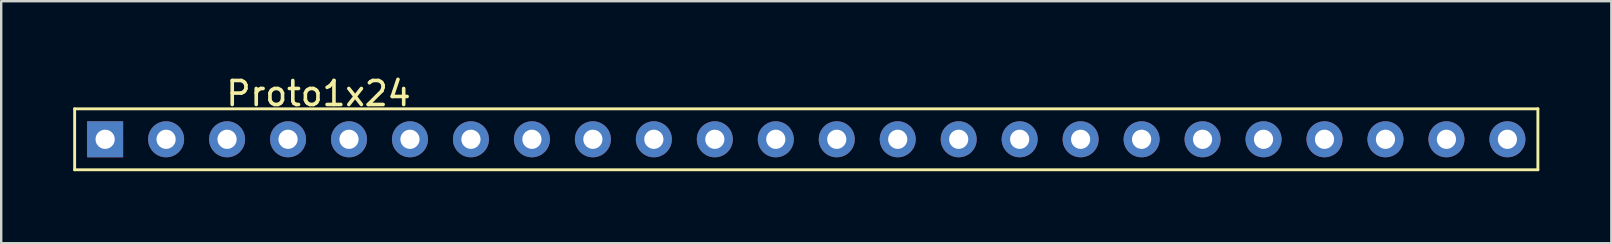
<source format=kicad_pcb>
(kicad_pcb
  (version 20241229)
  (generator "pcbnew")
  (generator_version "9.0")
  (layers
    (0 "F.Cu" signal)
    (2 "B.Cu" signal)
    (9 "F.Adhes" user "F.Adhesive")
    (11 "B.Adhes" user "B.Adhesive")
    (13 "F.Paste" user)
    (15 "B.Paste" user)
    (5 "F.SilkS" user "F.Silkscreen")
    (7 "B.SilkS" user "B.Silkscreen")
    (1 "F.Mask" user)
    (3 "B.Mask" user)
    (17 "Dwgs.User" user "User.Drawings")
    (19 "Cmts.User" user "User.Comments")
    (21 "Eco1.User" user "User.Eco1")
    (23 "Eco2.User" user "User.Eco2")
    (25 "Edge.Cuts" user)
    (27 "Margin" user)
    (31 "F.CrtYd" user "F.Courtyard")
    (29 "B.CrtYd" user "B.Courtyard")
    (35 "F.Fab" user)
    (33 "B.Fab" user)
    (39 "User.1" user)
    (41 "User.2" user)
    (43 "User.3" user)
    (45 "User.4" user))
  (footprint "Proto1x24"
    (layer "F.Cu")
    (at 3.87 1.483)
    (property "Reference" "Proto1x24" (at 6.35 -0.635 0) (layer "F.SilkS") (effects (font (size 1 1) (thickness 0.15))))
    (attr through_hole)
    (fp_line (start -3.81 0) (end 57.15 0) (stroke (width 0.12) (type solid)) (layer "F.SilkS"))
    (fp_line (start -3.81 2.54) (end -3.81 0) (stroke (width 0.12) (type solid)) (layer "F.SilkS"))
    (fp_line (start 57.15 0) (end 57.15 2.54) (stroke (width 0.12) (type solid)) (layer "F.SilkS"))
    (fp_line (start 57.15 2.54) (end -3.81 2.54) (stroke (width 0.12) (type solid)) (layer "F.SilkS"))
    (pad "1" thru_hole rect (at -2.54 1.27) (size 1.5 1.5) (drill 0.8) (layers "*.Cu" "*.Mask"))
    (pad "2" thru_hole circle (at 0 1.27) (size 1.5 1.5) (drill 0.8) (layers "*.Cu" "*.Mask"))
    (pad "3" thru_hole circle (at 2.54 1.27) (size 1.5 1.5) (drill 0.8) (layers "*.Cu" "*.Mask"))
    (pad "4" thru_hole circle (at 5.08 1.27) (size 1.5 1.5) (drill 0.8) (layers "*.Cu" "*.Mask"))
    (pad "5" thru_hole circle (at 7.62 1.27) (size 1.5 1.5) (drill 0.8) (layers "*.Cu" "*.Mask"))
    (pad "6" thru_hole circle (at 10.16 1.27) (size 1.5 1.5) (drill 0.8) (layers "*.Cu" "*.Mask"))
    (pad "7" thru_hole circle (at 12.7 1.27) (size 1.5 1.5) (drill 0.8) (layers "*.Cu" "*.Mask"))
    (pad "8" thru_hole circle (at 15.24 1.27) (size 1.5 1.5) (drill 0.8) (layers "*.Cu" "*.Mask"))
    (pad "9" thru_hole circle (at 17.78 1.27) (size 1.5 1.5) (drill 0.8) (layers "*.Cu" "*.Mask"))
    (pad "10" thru_hole circle (at 20.32 1.27) (size 1.5 1.5) (drill 0.8) (layers "*.Cu" "*.Mask"))
    (pad "11" thru_hole circle (at 22.86 1.27) (size 1.5 1.5) (drill 0.8) (layers "*.Cu" "*.Mask"))
    (pad "12" thru_hole circle (at 25.4 1.27) (size 1.5 1.5) (drill 0.8) (layers "*.Cu" "*.Mask"))
    (pad "13" thru_hole circle (at 27.94 1.27) (size 1.5 1.5) (drill 0.8) (layers "*.Cu" "*.Mask"))
    (pad "14" thru_hole circle (at 30.48 1.27) (size 1.5 1.5) (drill 0.8) (layers "*.Cu" "*.Mask"))
    (pad "15" thru_hole circle (at 33.02 1.27) (size 1.5 1.5) (drill 0.8) (layers "*.Cu" "*.Mask"))
    (pad "16" thru_hole circle (at 35.56 1.27) (size 1.5 1.5) (drill 0.8) (layers "*.Cu" "*.Mask"))
    (pad "17" thru_hole circle (at 38.1 1.27) (size 1.5 1.5) (drill 0.8) (layers "*.Cu" "*.Mask"))
    (pad "18" thru_hole circle (at 40.64 1.27) (size 1.5 1.5) (drill 0.8) (layers "*.Cu" "*.Mask"))
    (pad "19" thru_hole circle (at 43.18 1.27) (size 1.5 1.5) (drill 0.8) (layers "*.Cu" "*.Mask"))
    (pad "20" thru_hole circle (at 45.72 1.27) (size 1.5 1.5) (drill 0.8) (layers "*.Cu" "*.Mask"))
    (pad "21" thru_hole circle (at 48.26 1.27) (size 1.5 1.5) (drill 0.8) (layers "*.Cu" "*.Mask"))
    (pad "22" thru_hole circle (at 50.8 1.27) (size 1.5 1.5) (drill 0.8) (layers "*.Cu" "*.Mask"))
    (pad "23" thru_hole circle (at 53.34 1.27) (size 1.5 1.5) (drill 0.8) (layers "*.Cu" "*.Mask"))
    (pad "24" thru_hole circle (at 55.88 1.27) (size 1.5 1.5) (drill 0.8) (layers "*.Cu" "*.Mask")))
  (gr_rect
    (start -3 -3)
    (end 64.08 7.083)
    (stroke (width 0.1) (type default))
    (fill no)
    (layer "Edge.Cuts")))
</source>
